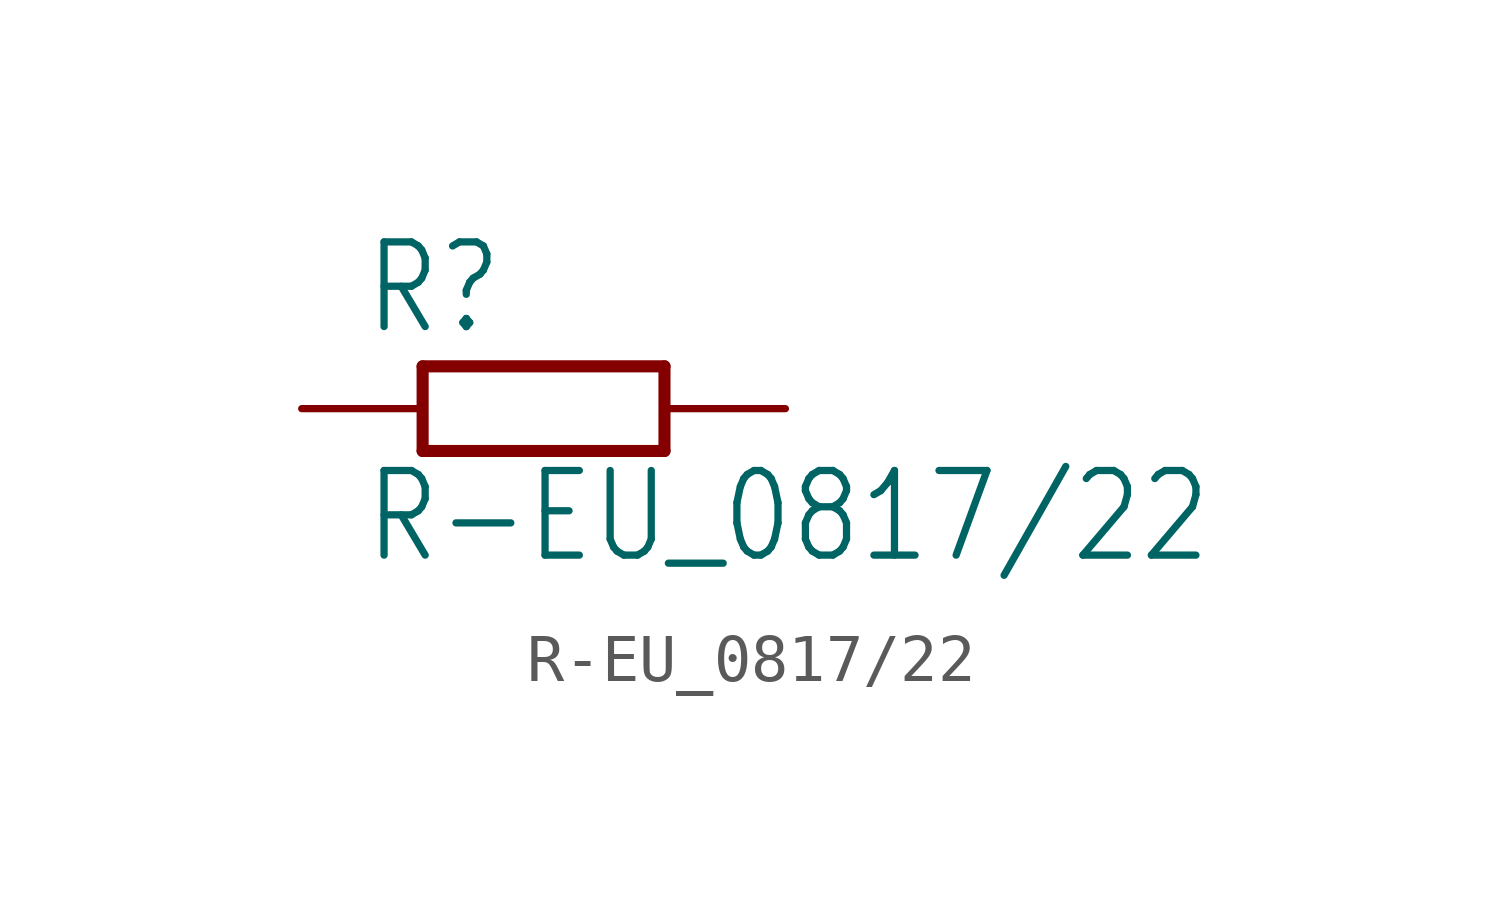
<source format=kicad_sym>
(kicad_symbol_lib
  (version 20231120)
  (generator "kicad_symbol_editor")
  (generator_version "8.0")
  (symbol "R-EU_0817/22"
    (property "Reference" "R"
      (at -3.81 1.499 0)
      (effects (font (size 1.778 1.511)) (justify left bottom)))
    (property "Value" "R-EU_0817{slash}22"
      (at -3.81 -3.302 0)
      (effects (font (size 1.778 1.511)) (justify left bottom)))
    (property "ki_locked" ""
      (at 0 0 0)
      (effects (font (size 1.27 1.27))))
    (symbol "R-EU_0817/22_1_0"
      (polyline (pts (xy -2.54 -0.889) (xy -2.54 0.889)) (stroke (width 0.254) (type default)) (fill (type none)))
      (polyline (pts (xy -2.54 -0.889) (xy 2.54 -0.889)) (stroke (width 0.254) (type default)) (fill (type none)))
      (polyline (pts (xy 2.54 -0.889) (xy 2.54 0.889)) (stroke (width 0.254) (type default)) (fill (type none)))
      (polyline (pts (xy 2.54 0.889) (xy -2.54 0.889)) (stroke (width 0.254) (type default)) (fill (type none)))
      (pin passive line (at -5.08 0 0) (length 2.54) (name "1" (effects (font (size 0 0)))) (number "1" (effects (font (size 0 0)))))
      (pin passive line (at 5.08 0 180) (length 2.54) (name "2" (effects (font (size 0 0)))) (number "2" (effects (font (size 0 0))))))))
</source>
